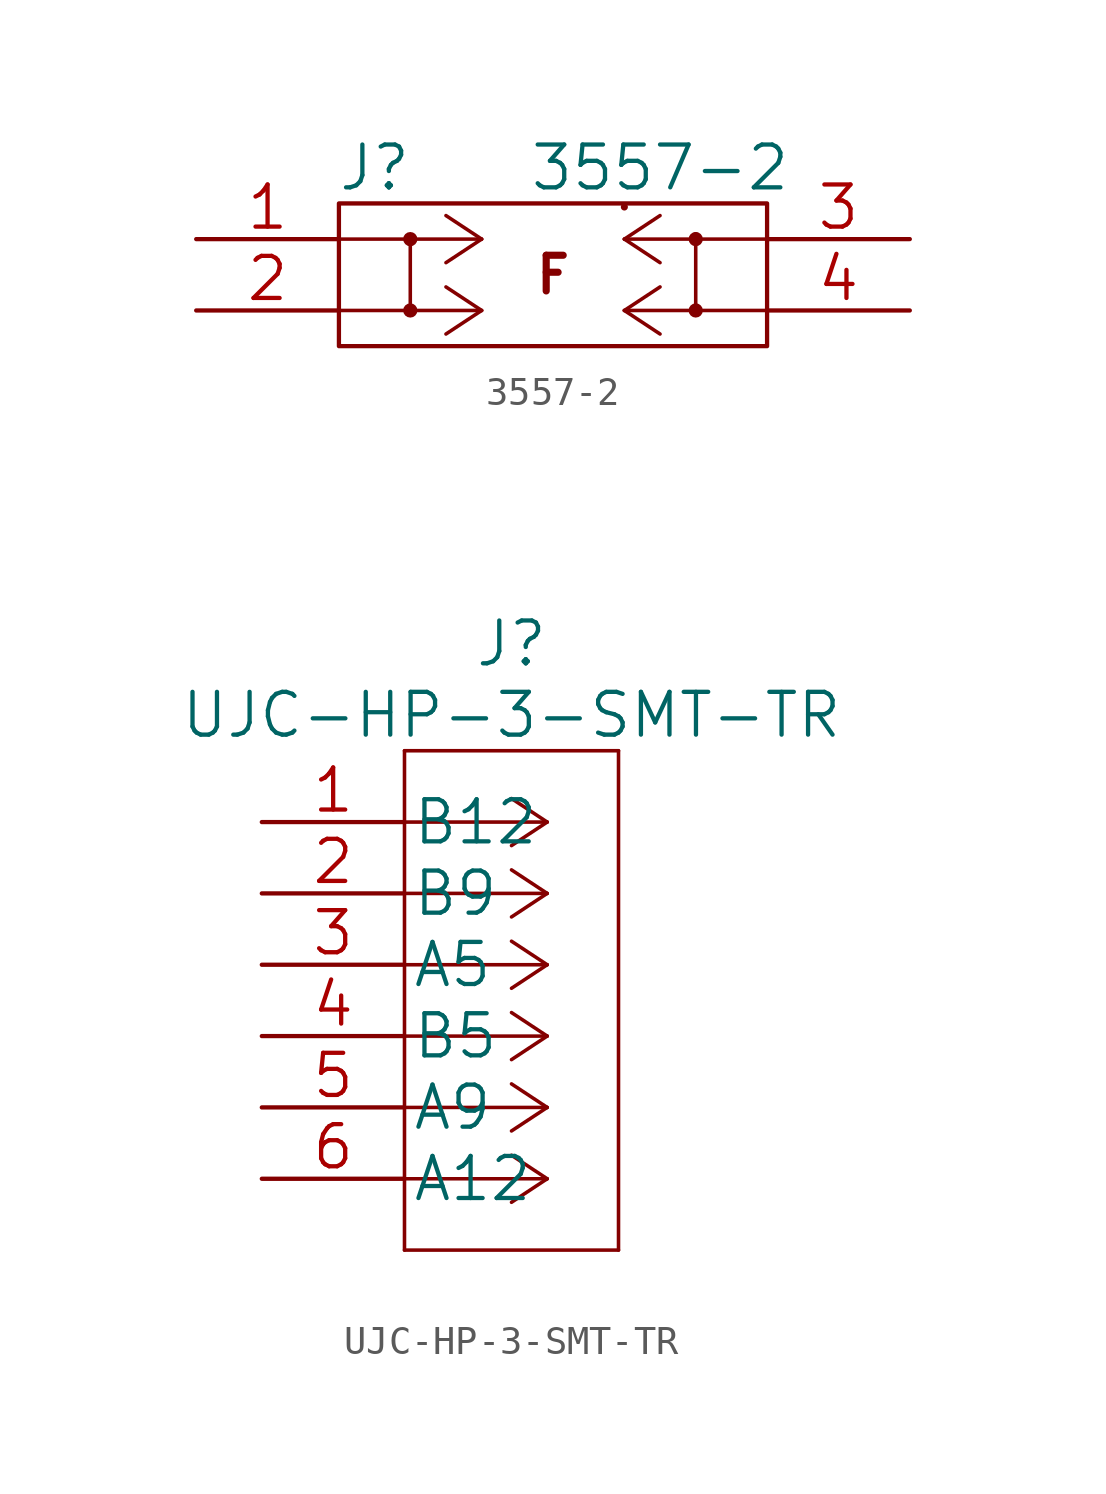
<source format=kicad_sym>
(kicad_symbol_lib
  (version 20211014)
  (generator kicad_symbol_editor)
  (symbol "3557-2"
    (pin_names
      (offset 0.254) hide)
    (property "Reference" "J"
      (at -6.35 3.81 0)
      (effects (font (size 1.524 1.524))))
    (property "Value" "3557-2"
      (at 3.81 3.81 0)
      (effects (font (size 1.524 1.524))))
    (property "Datasheet" ""
      (at 0 0 0)
      (effects (font (size 1.524 1.524))))
    (property "ki_locked" ""
      (at 0 0 0)
      (effects (font (size 1.27 1.27))))
    (symbol "3557-2_0_0"
      (text "F" (at 0 0 0) (effects (font (size 1.27 1.27) bold))))
    (symbol "3557-2_1_1"
      (rectangle (start -7.62 2.54) (end 7.62 -2.54) (stroke (width 0) (type default) (color 0 0 0 0)) (fill (type none)))
      (circle (center -5.08 -1.27) (radius 0.127) (stroke (width 0.254) (type default) (color 0 0 0 0)) (fill (type none)))
      (arc (start -5.08 1.143) (mid -5.08 1.397) (end -5.08 1.143) (stroke (width 0.254) (type default) (color 0 0 0 0)) (fill (type none)))
      (circle (center -5.08 1.27) (radius 0.127) (stroke (width 0.254) (type default) (color 0 0 0 0)) (fill (type none)))
      (polyline (pts (xy -5.08 1.27) (xy -5.08 -1.27)) (stroke (width 0.127) (type default) (color 0 0 0 0)) (fill (type none)))
      (polyline (pts (xy -2.54 -1.27) (xy -7.62 -1.27)) (stroke (width 0.127) (type default) (color 0 0 0 0)) (fill (type none)))
      (polyline (pts (xy -2.54 -1.27) (xy -3.81 -2.108)) (stroke (width 0.127) (type default) (color 0 0 0 0)) (fill (type none)))
      (polyline (pts (xy -2.54 -1.27) (xy -3.81 -0.432)) (stroke (width 0.127) (type default) (color 0 0 0 0)) (fill (type none)))
      (polyline (pts (xy -2.54 1.27) (xy -7.62 1.27)) (stroke (width 0.127) (type default) (color 0 0 0 0)) (fill (type none)))
      (polyline (pts (xy -2.54 1.27) (xy -3.81 0.432)) (stroke (width 0.127) (type default) (color 0 0 0 0)) (fill (type none)))
      (polyline (pts (xy -2.54 1.27) (xy -3.81 2.108)) (stroke (width 0.127) (type default) (color 0 0 0 0)) (fill (type none)))
      (polyline (pts (xy 2.54 -1.27) (xy 3.81 -2.108)) (stroke (width 0.127) (type default) (color 0 0 0 0)) (fill (type none)))
      (polyline (pts (xy 2.54 -1.27) (xy 3.81 -0.432)) (stroke (width 0.127) (type default) (color 0 0 0 0)) (fill (type none)))
      (polyline (pts (xy 2.54 -1.27) (xy 7.62 -1.27)) (stroke (width 0.127) (type default) (color 0 0 0 0)) (fill (type none)))
      (polyline (pts (xy 2.54 1.27) (xy 3.81 0.432)) (stroke (width 0.127) (type default) (color 0 0 0 0)) (fill (type none)))
      (polyline (pts (xy 2.54 1.27) (xy 3.81 2.108)) (stroke (width 0.127) (type default) (color 0 0 0 0)) (fill (type none)))
      (polyline (pts (xy 2.54 1.27) (xy 7.62 1.27)) (stroke (width 0.127) (type default) (color 0 0 0 0)) (fill (type none)))
      (polyline (pts (xy 5.08 -1.27) (xy 5.08 1.27)) (stroke (width 0.127) (type default) (color 0 0 0 0)) (fill (type none)))
      (arc (start 2.54 2.413) (mid 2.54 2.667) (end 2.54 2.413) (stroke (width 0.254) (type default) (color 0 0 0 0)) (fill (type none)))
      (circle (center 5.08 -1.27) (radius 0.127) (stroke (width 0.254) (type default) (color 0 0 0 0)) (fill (type none)))
      (arc (start 5.08 -1.143) (mid 5.08 -1.397) (end 5.08 -1.143) (stroke (width 0.254) (type default) (color 0 0 0 0)) (fill (type none)))
      (circle (center 5.08 1.27) (radius 0.127) (stroke (width 0.254) (type default) (color 0 0 0 0)) (fill (type none)))
      (arc (start 5.08 1.397) (mid 5.08 1.143) (end 5.08 1.397) (stroke (width 0.254) (type default) (color 0 0 0 0)) (fill (type none)))
      (pin passive line (at -12.7 1.27 0) (length 5.08) (name "1" (effects (font (size 1.499 1.499)))) (number "1" (effects (font (size 1.499 1.499)))))
      (pin passive line (at -12.7 -1.27 0) (length 5.08) (name "2" (effects (font (size 1.499 1.499)))) (number "2" (effects (font (size 1.499 1.499)))))
      (pin passive line (at 12.7 1.27 180) (length 5.08) (name "3" (effects (font (size 1.499 1.499)))) (number "3" (effects (font (size 1.499 1.499)))))
      (pin passive line (at 12.7 -1.27 180) (length 5.08) (name "4" (effects (font (size 1.499 1.499)))) (number "4" (effects (font (size 1.499 1.499)))))))
  (symbol "UJC-HP-3-SMT-TR"
    (pin_names
      (offset 0.254))
    (property "Reference" "J"
      (at 8.89 6.35 0)
      (effects (font (size 1.524 1.524))))
    (property "Value" "UJC-HP-3-SMT-TR"
      (at 8.89 3.81 0)
      (effects (font (size 1.524 1.524))))
    (symbol "UJC-HP-3-SMT-TR_1_1"
      (polyline (pts (xy 5.08 -15.24) (xy 12.7 -15.24)) (stroke (width 0.127) (type default) (color 0 0 0 0)) (fill (type none)))
      (polyline (pts (xy 5.08 2.54) (xy 5.08 -15.24)) (stroke (width 0.127) (type default) (color 0 0 0 0)) (fill (type none)))
      (polyline (pts (xy 10.16 -12.7) (xy 5.08 -12.7)) (stroke (width 0.127) (type default) (color 0 0 0 0)) (fill (type none)))
      (polyline (pts (xy 10.16 -12.7) (xy 8.89 -13.538)) (stroke (width 0.127) (type default) (color 0 0 0 0)) (fill (type none)))
      (polyline (pts (xy 10.16 -12.7) (xy 8.89 -11.862)) (stroke (width 0.127) (type default) (color 0 0 0 0)) (fill (type none)))
      (polyline (pts (xy 10.16 -10.16) (xy 5.08 -10.16)) (stroke (width 0.127) (type default) (color 0 0 0 0)) (fill (type none)))
      (polyline (pts (xy 10.16 -10.16) (xy 8.89 -10.998)) (stroke (width 0.127) (type default) (color 0 0 0 0)) (fill (type none)))
      (polyline (pts (xy 10.16 -10.16) (xy 8.89 -9.322)) (stroke (width 0.127) (type default) (color 0 0 0 0)) (fill (type none)))
      (polyline (pts (xy 10.16 -7.62) (xy 5.08 -7.62)) (stroke (width 0.127) (type default) (color 0 0 0 0)) (fill (type none)))
      (polyline (pts (xy 10.16 -7.62) (xy 8.89 -8.458)) (stroke (width 0.127) (type default) (color 0 0 0 0)) (fill (type none)))
      (polyline (pts (xy 10.16 -7.62) (xy 8.89 -6.782)) (stroke (width 0.127) (type default) (color 0 0 0 0)) (fill (type none)))
      (polyline (pts (xy 10.16 -5.08) (xy 5.08 -5.08)) (stroke (width 0.127) (type default) (color 0 0 0 0)) (fill (type none)))
      (polyline (pts (xy 10.16 -5.08) (xy 8.89 -5.918)) (stroke (width 0.127) (type default) (color 0 0 0 0)) (fill (type none)))
      (polyline (pts (xy 10.16 -5.08) (xy 8.89 -4.242)) (stroke (width 0.127) (type default) (color 0 0 0 0)) (fill (type none)))
      (polyline (pts (xy 10.16 -2.54) (xy 5.08 -2.54)) (stroke (width 0.127) (type default) (color 0 0 0 0)) (fill (type none)))
      (polyline (pts (xy 10.16 -2.54) (xy 8.89 -3.378)) (stroke (width 0.127) (type default) (color 0 0 0 0)) (fill (type none)))
      (polyline (pts (xy 10.16 -2.54) (xy 8.89 -1.702)) (stroke (width 0.127) (type default) (color 0 0 0 0)) (fill (type none)))
      (polyline (pts (xy 10.16 0) (xy 5.08 0)) (stroke (width 0.127) (type default) (color 0 0 0 0)) (fill (type none)))
      (polyline (pts (xy 10.16 0) (xy 8.89 -0.838)) (stroke (width 0.127) (type default) (color 0 0 0 0)) (fill (type none)))
      (polyline (pts (xy 10.16 0) (xy 8.89 0.838)) (stroke (width 0.127) (type default) (color 0 0 0 0)) (fill (type none)))
      (polyline (pts (xy 12.7 -15.24) (xy 12.7 2.54)) (stroke (width 0.127) (type default) (color 0 0 0 0)) (fill (type none)))
      (polyline (pts (xy 12.7 2.54) (xy 5.08 2.54)) (stroke (width 0.127) (type default) (color 0 0 0 0)) (fill (type none)))
      (pin power_out line (at 0 0 0) (length 5.08) (name "B12" (effects (font (size 1.499 1.499)))) (number "1" (effects (font (size 1.499 1.499)))))
      (pin power_out line (at 0 -2.54 0) (length 5.08) (name "B9" (effects (font (size 1.499 1.499)))) (number "2" (effects (font (size 1.499 1.499)))))
      (pin input line (at 0 -5.08 0) (length 5.08) (name "A5" (effects (font (size 1.499 1.499)))) (number "3" (effects (font (size 1.499 1.499)))))
      (pin input line (at 0 -7.62 0) (length 5.08) (name "B5" (effects (font (size 1.499 1.499)))) (number "4" (effects (font (size 1.499 1.499)))))
      (pin power_out line (at 0 -10.16 0) (length 5.08) (name "A9" (effects (font (size 1.499 1.499)))) (number "5" (effects (font (size 1.499 1.499)))))
      (pin power_out line (at 0 -12.7 0) (length 5.08) (name "A12" (effects (font (size 1.499 1.499)))) (number "6" (effects (font (size 1.499 1.499))))))))
</source>
